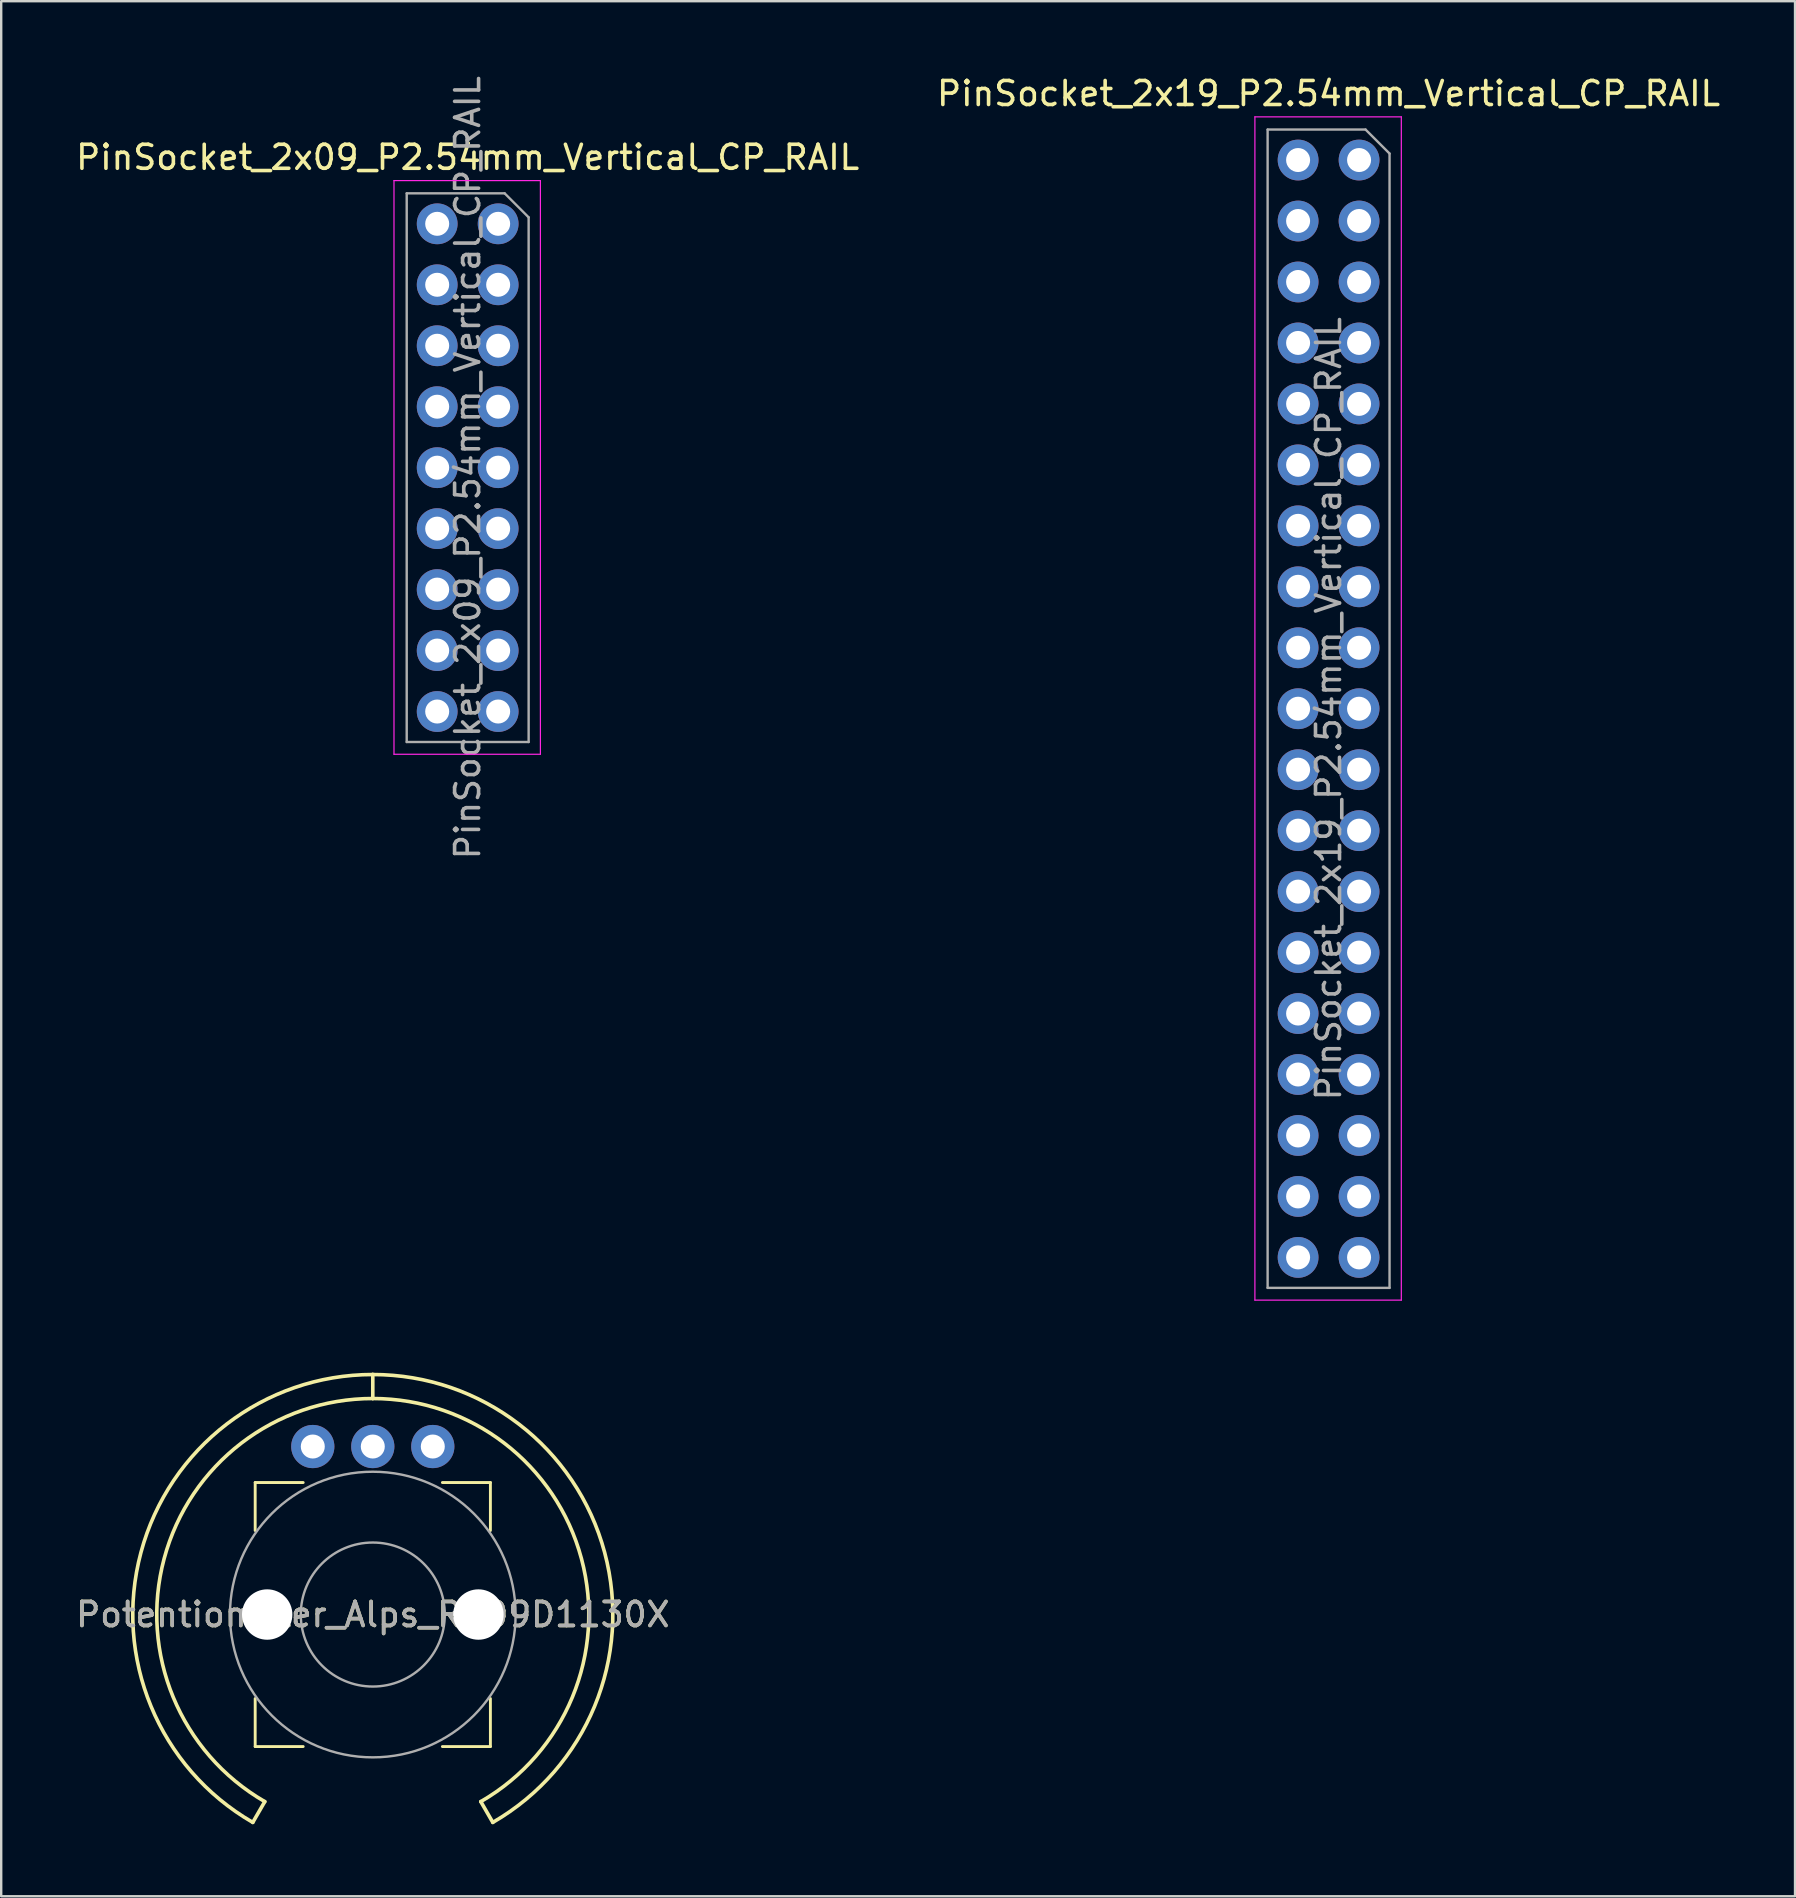
<source format=kicad_pcb>
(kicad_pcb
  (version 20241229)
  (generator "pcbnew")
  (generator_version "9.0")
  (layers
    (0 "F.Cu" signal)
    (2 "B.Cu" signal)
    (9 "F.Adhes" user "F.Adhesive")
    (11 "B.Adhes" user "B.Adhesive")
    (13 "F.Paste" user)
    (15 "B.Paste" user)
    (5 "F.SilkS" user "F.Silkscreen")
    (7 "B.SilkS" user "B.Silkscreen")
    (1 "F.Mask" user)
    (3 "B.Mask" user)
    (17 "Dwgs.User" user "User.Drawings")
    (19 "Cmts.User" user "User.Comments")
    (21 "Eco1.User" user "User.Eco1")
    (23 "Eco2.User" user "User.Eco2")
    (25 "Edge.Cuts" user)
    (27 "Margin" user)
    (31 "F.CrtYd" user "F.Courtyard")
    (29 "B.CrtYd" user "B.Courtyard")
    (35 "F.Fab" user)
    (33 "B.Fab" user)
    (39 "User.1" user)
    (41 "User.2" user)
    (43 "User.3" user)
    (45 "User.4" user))
  (footprint "PinSocket_2x19_P2.54mm_Vertical_CP_RAIL"
    (layer "F.Cu")
    (at 53.574 3.618)
    (property "Reference" "PinSocket_2x19_P2.54mm_Vertical_CP_RAIL" (at -1.27 -2.77 0) (layer "F.SilkS") (effects (font (size 1 1) (thickness 0.15))))
    (attr through_hole)
    (fp_line (start -4.34 -1.8) (end 1.76 -1.8) (stroke (width 0.05) (type solid)) (layer "F.CrtYd"))
    (fp_line (start -4.34 47.5) (end -4.34 -1.8) (stroke (width 0.05) (type solid)) (layer "F.CrtYd"))
    (fp_line (start 1.76 -1.8) (end 1.76 47.5) (stroke (width 0.05) (type solid)) (layer "F.CrtYd"))
    (fp_line (start 1.76 47.5) (end -4.34 47.5) (stroke (width 0.05) (type solid)) (layer "F.CrtYd"))
    (fp_line (start -3.81 -1.27) (end 0.27 -1.27) (stroke (width 0.1) (type solid)) (layer "F.Fab"))
    (fp_line (start -3.81 46.99) (end -3.81 -1.27) (stroke (width 0.1) (type solid)) (layer "F.Fab"))
    (fp_line (start 0.27 -1.27) (end 1.27 -0.27) (stroke (width 0.1) (type solid)) (layer "F.Fab"))
    (fp_line (start 1.27 -0.27) (end 1.27 46.99) (stroke (width 0.1) (type solid)) (layer "F.Fab"))
    (fp_line (start 1.27 46.99) (end -3.81 46.99) (stroke (width 0.1) (type solid)) (layer "F.Fab"))
    (fp_text user "${REFERENCE}" (at -1.27 22.86 90) (layer "F.Fab") (effects (font (size 1 1) (thickness 0.15))))
    (pad "1" thru_hole oval (at 0 0) (size 1.7 1.7) (drill 1) (layers "*.Cu" "*.Mask"))
    (pad "2" thru_hole oval (at -2.54 0) (size 1.7 1.7) (drill 1) (layers "*.Cu" "*.Mask"))
    (pad "3" thru_hole oval (at 0 2.54) (size 1.7 1.7) (drill 1) (layers "*.Cu" "*.Mask"))
    (pad "4" thru_hole oval (at -2.54 2.54) (size 1.7 1.7) (drill 1) (layers "*.Cu" "*.Mask"))
    (pad "5" thru_hole oval (at 0 5.08) (size 1.7 1.7) (drill 1) (layers "*.Cu" "*.Mask"))
    (pad "6" thru_hole oval (at -2.54 5.08) (size 1.7 1.7) (drill 1) (layers "*.Cu" "*.Mask"))
    (pad "7" thru_hole oval (at 0 7.62) (size 1.7 1.7) (drill 1) (layers "*.Cu" "*.Mask"))
    (pad "8" thru_hole oval (at -2.54 7.62) (size 1.7 1.7) (drill 1) (layers "*.Cu" "*.Mask"))
    (pad "9" thru_hole oval (at 0 10.16) (size 1.7 1.7) (drill 1) (layers "*.Cu" "*.Mask"))
    (pad "10" thru_hole oval (at -2.54 10.16) (size 1.7 1.7) (drill 1) (layers "*.Cu" "*.Mask"))
    (pad "11" thru_hole oval (at 0 12.7) (size 1.7 1.7) (drill 1) (layers "*.Cu" "*.Mask"))
    (pad "12" thru_hole oval (at -2.54 12.7) (size 1.7 1.7) (drill 1) (layers "*.Cu" "*.Mask"))
    (pad "13" thru_hole oval (at 0 15.24) (size 1.7 1.7) (drill 1) (layers "*.Cu" "*.Mask"))
    (pad "14" thru_hole oval (at -2.54 15.24) (size 1.7 1.7) (drill 1) (layers "*.Cu" "*.Mask"))
    (pad "15" thru_hole oval (at 0 17.78) (size 1.7 1.7) (drill 1) (layers "*.Cu" "*.Mask"))
    (pad "16" thru_hole oval (at -2.54 17.78) (size 1.7 1.7) (drill 1) (layers "*.Cu" "*.Mask"))
    (pad "17" thru_hole oval (at 0 20.32) (size 1.7 1.7) (drill 1) (layers "*.Cu" "*.Mask"))
    (pad "18" thru_hole oval (at -2.54 20.32) (size 1.7 1.7) (drill 1) (layers "*.Cu" "*.Mask"))
    (pad "19" thru_hole oval (at 0 22.86) (size 1.7 1.7) (drill 1) (layers "*.Cu" "*.Mask"))
    (pad "20" thru_hole oval (at -2.54 22.86) (size 1.7 1.7) (drill 1) (layers "*.Cu" "*.Mask"))
    (pad "21" thru_hole oval (at 0 25.4) (size 1.7 1.7) (drill 1) (layers "*.Cu" "*.Mask"))
    (pad "22" thru_hole oval (at -2.54 25.4) (size 1.7 1.7) (drill 1) (layers "*.Cu" "*.Mask"))
    (pad "23" thru_hole oval (at 0 27.94) (size 1.7 1.7) (drill 1) (layers "*.Cu" "*.Mask"))
    (pad "24" thru_hole oval (at -2.54 27.94) (size 1.7 1.7) (drill 1) (layers "*.Cu" "*.Mask"))
    (pad "25" thru_hole oval (at 0 30.48) (size 1.7 1.7) (drill 1) (layers "*.Cu" "*.Mask"))
    (pad "26" thru_hole oval (at -2.54 30.48) (size 1.7 1.7) (drill 1) (layers "*.Cu" "*.Mask"))
    (pad "27" thru_hole oval (at 0 33.02) (size 1.7 1.7) (drill 1) (layers "*.Cu" "*.Mask"))
    (pad "28" thru_hole oval (at -2.54 33.02) (size 1.7 1.7) (drill 1) (layers "*.Cu" "*.Mask"))
    (pad "29" thru_hole oval (at 0 35.56) (size 1.7 1.7) (drill 1) (layers "*.Cu" "*.Mask"))
    (pad "30" thru_hole oval (at -2.54 35.56) (size 1.7 1.7) (drill 1) (layers "*.Cu" "*.Mask"))
    (pad "31" thru_hole oval (at 0 38.1) (size 1.7 1.7) (drill 1) (layers "*.Cu" "*.Mask"))
    (pad "32" thru_hole oval (at -2.54 38.1) (size 1.7 1.7) (drill 1) (layers "*.Cu" "*.Mask"))
    (pad "33" thru_hole oval (at 0 40.64) (size 1.7 1.7) (drill 1) (layers "*.Cu" "*.Mask"))
    (pad "34" thru_hole oval (at -2.54 40.64) (size 1.7 1.7) (drill 1) (layers "*.Cu" "*.Mask"))
    (pad "35" thru_hole oval (at 0 43.18) (size 1.7 1.7) (drill 1) (layers "*.Cu" "*.Mask"))
    (pad "36" thru_hole oval (at -2.54 43.18) (size 1.7 1.7) (drill 1) (layers "*.Cu" "*.Mask"))
    (pad "37" thru_hole oval (at 0 45.72) (size 1.7 1.7) (drill 1) (layers "*.Cu" "*.Mask"))
    (pad "38" thru_hole oval (at -2.54 45.72) (size 1.7 1.7) (drill 1) (layers "*.Cu" "*.Mask")))
  (footprint "Potentiometer_Alps_RK09D1130X"
    (layer "F.Cu")
    (at 12.482 64.218)
    (property "Reference" "Potentiometer_Alps_RK09D1130X" (at 0 0 0) (layer "F.SilkS") (effects (font (size 1 1) (thickness 0.15))))
    (attr through_hole)
    (fp_line (start -5 8.66) (end -4.5 7.794) (stroke (width 0.152) (type solid)) (layer "F.SilkS"))
    (fp_line (start -4.9 -5.5) (end -4.9 -3.5) (stroke (width 0.12) (type solid)) (layer "F.SilkS"))
    (fp_line (start -4.9 -5.5) (end -2.9 -5.5) (stroke (width 0.12) (type solid)) (layer "F.SilkS"))
    (fp_line (start -4.9 5.5) (end -4.9 3.5) (stroke (width 0.12) (type solid)) (layer "F.SilkS"))
    (fp_line (start -4.9 5.5) (end -2.9 5.5) (stroke (width 0.12) (type solid)) (layer "F.SilkS"))
    (fp_line (start 0 -10) (end 0 -9) (stroke (width 0.15) (type solid)) (layer "F.SilkS"))
    (fp_line (start 4.9 -5.5) (end 2.9 -5.5) (stroke (width 0.12) (type solid)) (layer "F.SilkS"))
    (fp_line (start 4.9 -5.5) (end 4.9 -3.5) (stroke (width 0.12) (type solid)) (layer "F.SilkS"))
    (fp_line (start 4.9 5.5) (end 2.9 5.5) (stroke (width 0.12) (type solid)) (layer "F.SilkS"))
    (fp_line (start 4.9 5.5) (end 4.9 3.5) (stroke (width 0.12) (type solid)) (layer "F.SilkS"))
    (fp_line (start 5 8.66) (end 4.5 7.794) (stroke (width 0.152) (type solid)) (layer "F.SilkS"))
    (fp_arc (start -5 8.660254) (mid -9.659258 -2.58819) (end 0 -10) (stroke (width 0.15) (type solid)) (layer "F.SilkS"))
    (fp_arc (start -4.5 7.794229) (mid -8.693333 -2.329371) (end 0 -9) (stroke (width 0.15) (type solid)) (layer "F.SilkS"))
    (fp_arc (start 0 -10) (mid 9.659258 -2.58819) (end 5 8.660254) (stroke (width 0.15) (type solid)) (layer "F.SilkS"))
    (fp_arc (start 0 -9) (mid 8.693332 -2.329371) (end 4.5 7.794229) (stroke (width 0.15) (type solid)) (layer "F.SilkS"))
    (fp_circle (center 0 0) (end 3.5 0) (stroke (width 0.12) (type solid)) (fill no) (layer "Eco1.User"))
    (fp_circle (center 0 0) (end 3 0) (stroke (width 0.1) (type solid)) (fill no) (layer "F.Fab"))
    (fp_circle (center 0 0) (end 5.95 0) (stroke (width 0.1) (type solid)) (fill no) (layer "F.Fab"))
    (fp_text user "${REFERENCE}" (at 0 0 0) (layer "F.Fab") (effects (font (size 1 1) (thickness 0.15))))
    (pad "" np_thru_hole circle (at -4.4 0) (size 2.1 2.1) (drill 2.1) (layers "*.Cu" "*.Mask"))
    (pad "" np_thru_hole circle (at 4.4 0) (size 2.1 2.1) (drill 2.1) (layers "*.Cu" "*.Mask"))
    (pad "1" thru_hole circle (at 2.5 -7) (size 1.8 1.8) (drill 1) (layers "*.Cu" "*.Mask"))
    (pad "2" thru_hole circle (at 0 -7) (size 1.8 1.8) (drill 1) (layers "*.Cu" "*.Mask"))
    (pad "3" thru_hole circle (at -2.5 -7) (size 1.8 1.8) (drill 1) (layers "*.Cu" "*.Mask")))
  (footprint "PinSocket_2x09_P2.54mm_Vertical_CP_RAIL"
    (layer "F.Cu")
    (at 17.705 6.275)
    (property "Reference" "PinSocket_2x09_P2.54mm_Vertical_CP_RAIL" (at -1.27 -2.77 0) (layer "F.SilkS") (effects (font (size 1 1) (thickness 0.15))))
    (attr through_hole)
    (fp_line (start -4.34 -1.8) (end 1.76 -1.8) (stroke (width 0.05) (type solid)) (layer "F.CrtYd"))
    (fp_line (start -4.34 22.1) (end -4.34 -1.8) (stroke (width 0.05) (type solid)) (layer "F.CrtYd"))
    (fp_line (start 1.76 -1.8) (end 1.76 22.1) (stroke (width 0.05) (type solid)) (layer "F.CrtYd"))
    (fp_line (start 1.76 22.1) (end -4.34 22.1) (stroke (width 0.05) (type solid)) (layer "F.CrtYd"))
    (fp_line (start -3.81 -1.27) (end 0.27 -1.27) (stroke (width 0.1) (type solid)) (layer "F.Fab"))
    (fp_line (start -3.81 21.59) (end -3.81 -1.27) (stroke (width 0.1) (type solid)) (layer "F.Fab"))
    (fp_line (start 0.27 -1.27) (end 1.27 -0.27) (stroke (width 0.1) (type solid)) (layer "F.Fab"))
    (fp_line (start 1.27 -0.27) (end 1.27 21.59) (stroke (width 0.1) (type solid)) (layer "F.Fab"))
    (fp_line (start 1.27 21.59) (end -3.81 21.59) (stroke (width 0.1) (type solid)) (layer "F.Fab"))
    (fp_text user "${REFERENCE}" (at -1.27 10.16 90) (layer "F.Fab") (effects (font (size 1 1) (thickness 0.15))))
    (pad "1" thru_hole oval (at 0 0) (size 1.7 1.7) (drill 1) (layers "*.Cu" "*.Mask"))
    (pad "2" thru_hole oval (at -2.54 0) (size 1.7 1.7) (drill 1) (layers "*.Cu" "*.Mask"))
    (pad "3" thru_hole oval (at 0 2.54) (size 1.7 1.7) (drill 1) (layers "*.Cu" "*.Mask"))
    (pad "4" thru_hole oval (at -2.54 2.54) (size 1.7 1.7) (drill 1) (layers "*.Cu" "*.Mask"))
    (pad "5" thru_hole oval (at 0 5.08) (size 1.7 1.7) (drill 1) (layers "*.Cu" "*.Mask"))
    (pad "6" thru_hole oval (at -2.54 5.08) (size 1.7 1.7) (drill 1) (layers "*.Cu" "*.Mask"))
    (pad "7" thru_hole oval (at 0 7.62) (size 1.7 1.7) (drill 1) (layers "*.Cu" "*.Mask"))
    (pad "8" thru_hole oval (at -2.54 7.62) (size 1.7 1.7) (drill 1) (layers "*.Cu" "*.Mask"))
    (pad "9" thru_hole oval (at 0 10.16) (size 1.7 1.7) (drill 1) (layers "*.Cu" "*.Mask"))
    (pad "10" thru_hole oval (at -2.54 10.16) (size 1.7 1.7) (drill 1) (layers "*.Cu" "*.Mask"))
    (pad "11" thru_hole oval (at 0 12.7) (size 1.7 1.7) (drill 1) (layers "*.Cu" "*.Mask"))
    (pad "12" thru_hole oval (at -2.54 12.7) (size 1.7 1.7) (drill 1) (layers "*.Cu" "*.Mask"))
    (pad "13" thru_hole oval (at 0 15.24) (size 1.7 1.7) (drill 1) (layers "*.Cu" "*.Mask"))
    (pad "14" thru_hole oval (at -2.54 15.24) (size 1.7 1.7) (drill 1) (layers "*.Cu" "*.Mask"))
    (pad "15" thru_hole oval (at 0 17.78) (size 1.7 1.7) (drill 1) (layers "*.Cu" "*.Mask"))
    (pad "16" thru_hole oval (at -2.54 17.78) (size 1.7 1.7) (drill 1) (layers "*.Cu" "*.Mask"))
    (pad "17" thru_hole oval (at 0 20.32) (size 1.7 1.7) (drill 1) (layers "*.Cu" "*.Mask"))
    (pad "18" thru_hole oval (at -2.54 20.32) (size 1.7 1.7) (drill 1) (layers "*.Cu" "*.Mask")))
  (gr_rect
    (start -3 -3)
    (end 71.738 75.955)
    (stroke (width 0.1) (type default))
    (fill no)
    (layer "Edge.Cuts")))
</source>
